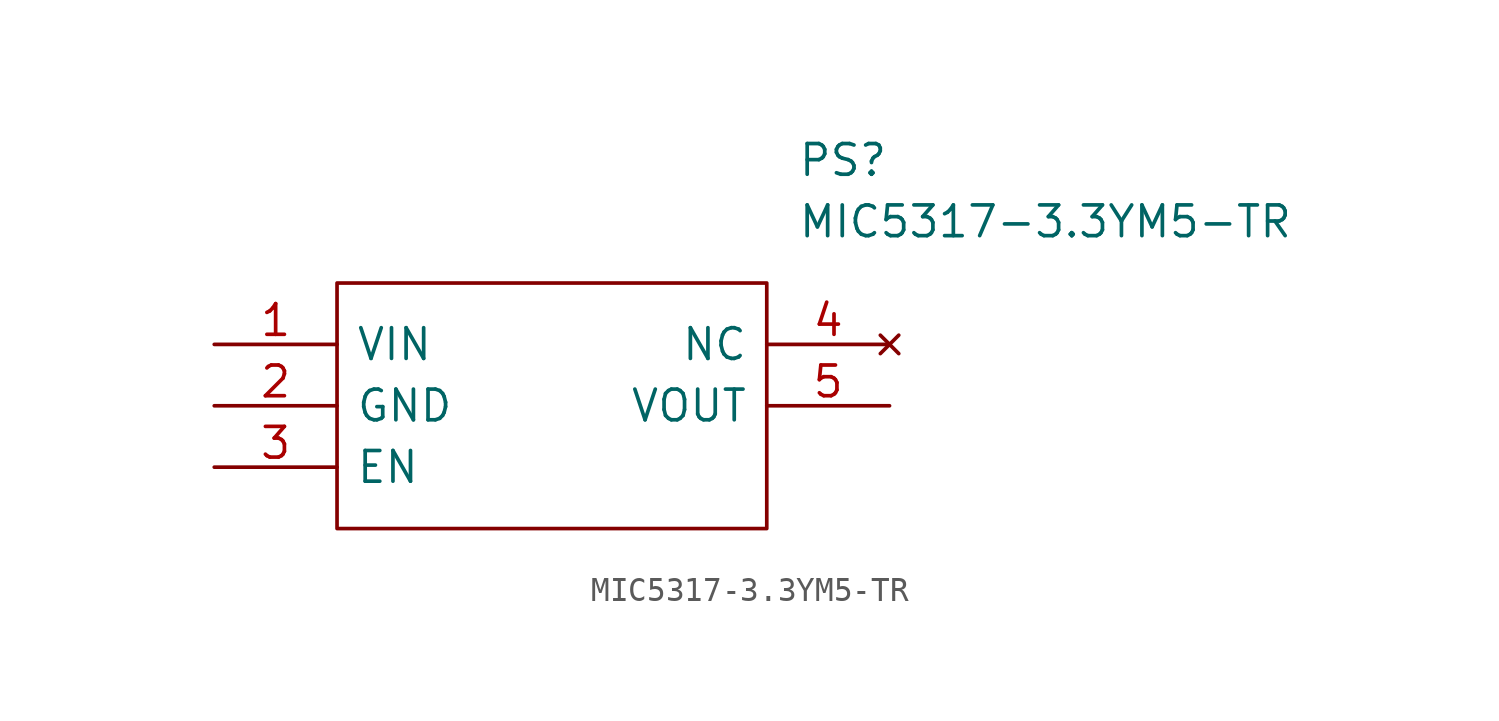
<source format=kicad_sym>
(kicad_symbol_lib
  (version 20211014)
  (generator kicad_symbol_editor)
  (symbol "MIC5317-3.3YM5-TR"
    (pin_names
      (offset 0.762))
    (property "Reference" "PS"
      (at 24.13 7.62 0)
      (effects (font (size 1.27 1.27)) (justify left)))
    (property "Value" "MIC5317-3.3YM5-TR"
      (at 24.13 5.08 0)
      (effects (font (size 1.27 1.27)) (justify left)))
    (symbol "MIC5317-3.3YM5-TR_0_0"
      (pin passive line (at 0 0 0) (length 5.08) (name "VIN" (effects (font (size 1.27 1.27)))) (number "1" (effects (font (size 1.27 1.27)))))
      (pin passive line (at 0 -2.54 0) (length 5.08) (name "GND" (effects (font (size 1.27 1.27)))) (number "2" (effects (font (size 1.27 1.27)))))
      (pin passive line (at 0 -5.08 0) (length 5.08) (name "EN" (effects (font (size 1.27 1.27)))) (number "3" (effects (font (size 1.27 1.27)))))
      (pin no_connect line (at 27.94 0 180) (length 5.08) (name "NC" (effects (font (size 1.27 1.27)))) (number "4" (effects (font (size 1.27 1.27)))))
      (pin passive line (at 27.94 -2.54 180) (length 5.08) (name "VOUT" (effects (font (size 1.27 1.27)))) (number "5" (effects (font (size 1.27 1.27))))))
    (symbol "MIC5317-3.3YM5-TR_0_1"
      (polyline (pts (xy 5.08 2.54) (xy 22.86 2.54) (xy 22.86 -7.62) (xy 5.08 -7.62) (xy 5.08 2.54)) (stroke (width 0.152) (type default) (color 0 0 0 0)) (fill (type none))))))
</source>
